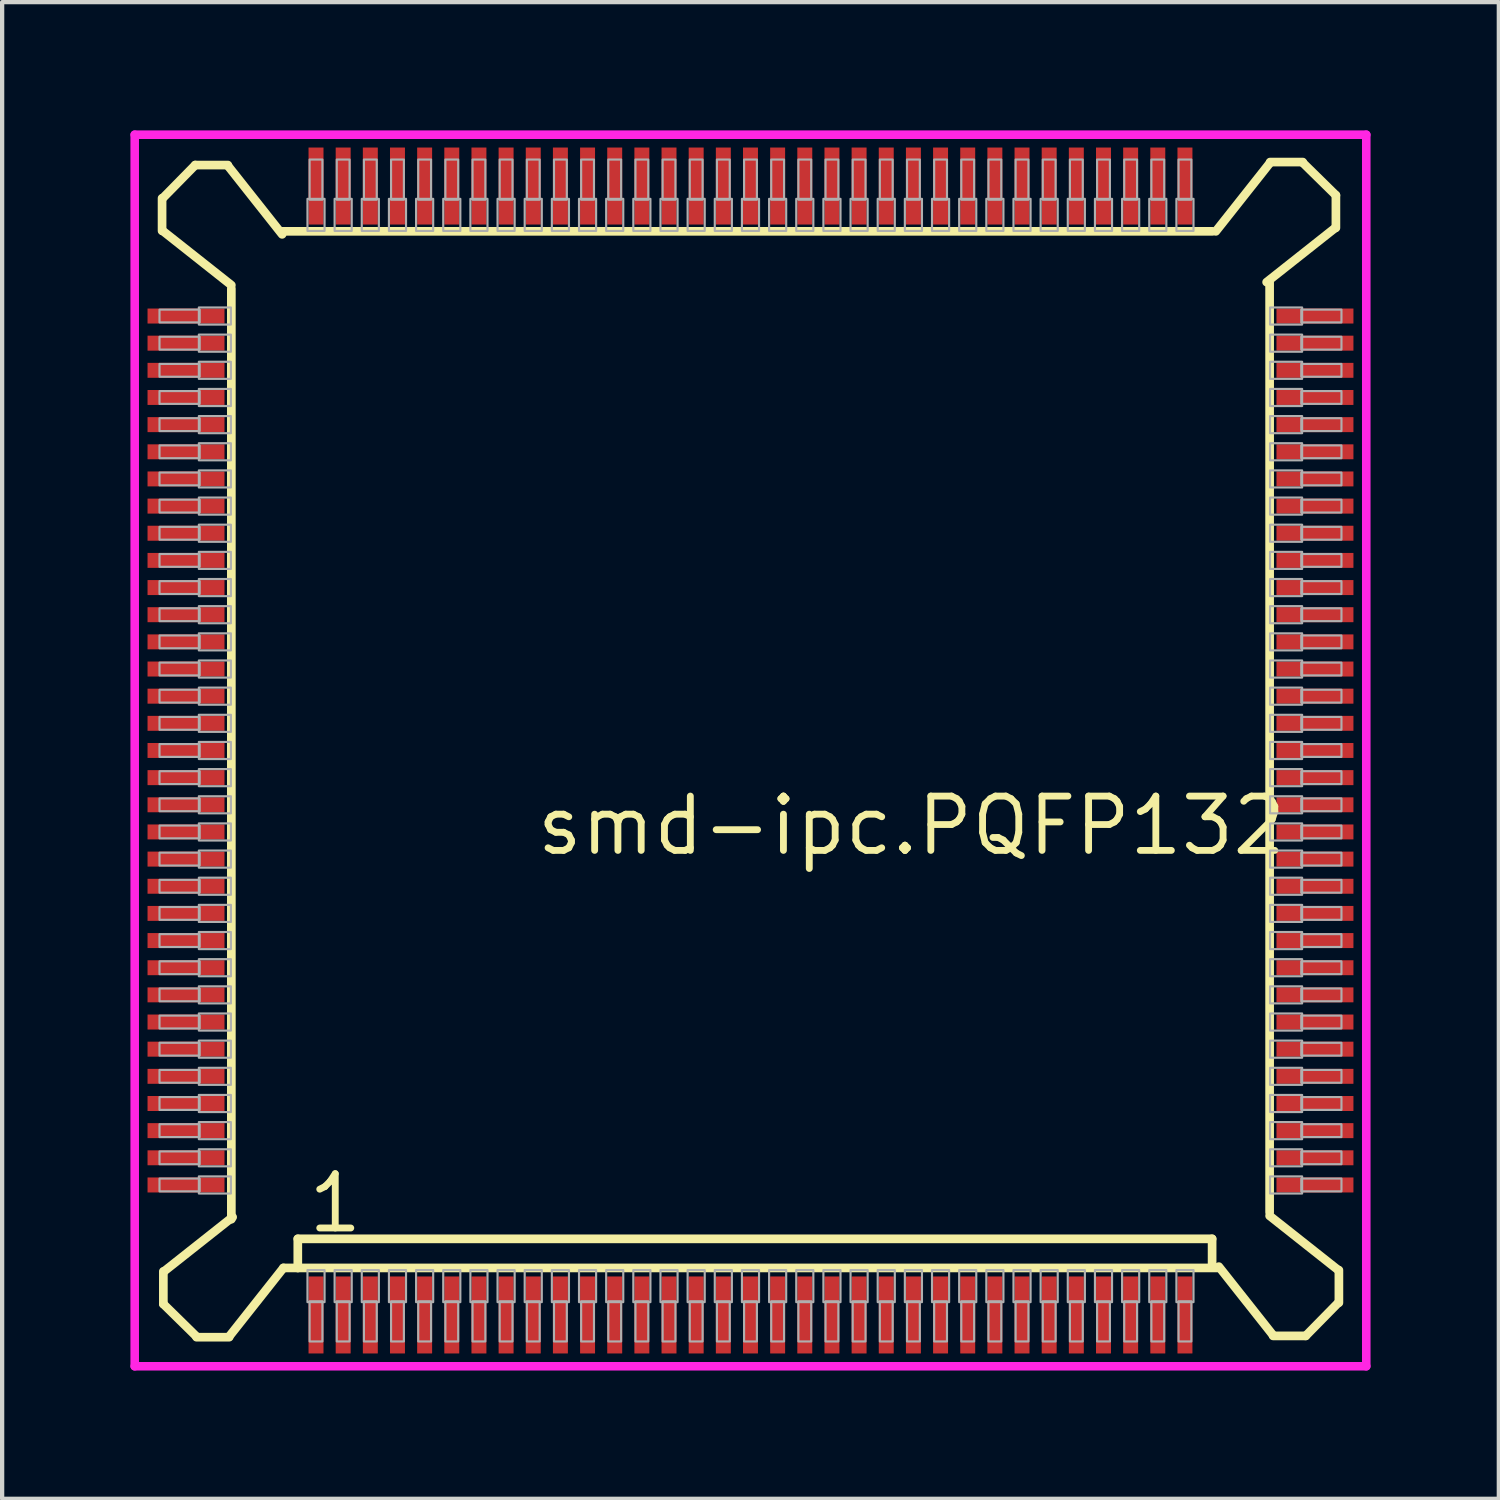
<source format=kicad_pcb>
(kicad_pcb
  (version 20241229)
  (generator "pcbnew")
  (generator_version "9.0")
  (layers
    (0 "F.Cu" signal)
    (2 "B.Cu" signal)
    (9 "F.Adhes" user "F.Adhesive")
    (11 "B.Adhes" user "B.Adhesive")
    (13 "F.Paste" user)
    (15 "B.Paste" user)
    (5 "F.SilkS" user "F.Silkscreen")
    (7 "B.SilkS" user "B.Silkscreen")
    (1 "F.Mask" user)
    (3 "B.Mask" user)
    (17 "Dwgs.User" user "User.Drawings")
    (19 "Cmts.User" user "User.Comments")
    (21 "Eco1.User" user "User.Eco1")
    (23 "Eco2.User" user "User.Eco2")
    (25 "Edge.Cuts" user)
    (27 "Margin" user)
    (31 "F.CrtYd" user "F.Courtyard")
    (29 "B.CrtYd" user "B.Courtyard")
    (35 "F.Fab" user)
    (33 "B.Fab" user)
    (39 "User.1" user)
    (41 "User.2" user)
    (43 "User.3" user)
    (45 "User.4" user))
  (footprint "smd-ipc.PQFP132"
    (layer "F.Cu")
    (at 14.5 14.5)
    (property "Reference" "smd-ipc.PQFP132" (at -5.08 2.5 0) (layer "F.SilkS") (effects (font (size 1.27 1.27) (thickness 0.16)) (justify left bottom)))
    (attr smd)
    (fp_line (start -13.76 -12.914) (end -13.76 -12.152) (stroke (width 0.203) (type default)) (layer "F.SilkS"))
    (fp_line (start -13.746 -12.152) (end -12.14 -10.882) (stroke (width 0.203) (type default)) (layer "F.SilkS"))
    (fp_line (start -13.73 12.182) (end -13.73 12.944) (stroke (width 0.203) (type default)) (layer "F.SilkS"))
    (fp_line (start -13.73 12.944) (end -12.954 13.706) (stroke (width 0.203) (type default)) (layer "F.SilkS"))
    (fp_line (start -12.984 -13.69) (end -13.746 -12.914) (stroke (width 0.203) (type default)) (layer "F.SilkS"))
    (fp_line (start -12.954 13.72) (end -12.192 13.72) (stroke (width 0.203) (type default)) (layer "F.SilkS"))
    (fp_line (start -12.222 -13.69) (end -12.984 -13.69) (stroke (width 0.203) (type default)) (layer "F.SilkS"))
    (fp_line (start -12.192 13.706) (end -10.922 12.1) (stroke (width 0.203) (type default)) (layer "F.SilkS"))
    (fp_line (start -12.14 -10.8) (end -12.14 10.962) (stroke (width 0.203) (type default)) (layer "F.SilkS"))
    (fp_line (start -12.11 10.912) (end -13.716 12.182) (stroke (width 0.203) (type default)) (layer "F.SilkS"))
    (fp_line (start -10.952 -12.07) (end -12.222 -13.676) (stroke (width 0.203) (type default)) (layer "F.SilkS"))
    (fp_line (start -10.922 12.1) (end -10.586 12.1) (stroke (width 0.203) (type default)) (layer "F.SilkS"))
    (fp_line (start -10.586 11.42) (end 10.795 11.42) (stroke (width 0.203) (type default)) (layer "F.SilkS"))
    (fp_line (start -10.586 12.1) (end -10.586 11.42) (stroke (width 0.203) (type default)) (layer "F.SilkS"))
    (fp_line (start -10.586 12.1) (end 10.922 12.1) (stroke (width 0.203) (type default)) (layer "F.SilkS"))
    (fp_line (start 10.795 11.42) (end 10.795 12.055) (stroke (width 0.203) (type default)) (layer "F.SilkS"))
    (fp_line (start 10.8 -12.14) (end -10.962 -12.14) (stroke (width 0.203) (type default)) (layer "F.SilkS"))
    (fp_line (start 10.952 12.07) (end 12.222 13.676) (stroke (width 0.203) (type default)) (layer "F.SilkS"))
    (fp_line (start 12.07 -10.952) (end 13.676 -12.222) (stroke (width 0.203) (type default)) (layer "F.SilkS"))
    (fp_line (start 12.14 10.8) (end 12.14 -10.962) (stroke (width 0.203) (type default)) (layer "F.SilkS"))
    (fp_line (start 12.152 -13.746) (end 10.882 -12.14) (stroke (width 0.203) (type default)) (layer "F.SilkS"))
    (fp_line (start 12.222 13.69) (end 12.984 13.69) (stroke (width 0.203) (type default)) (layer "F.SilkS"))
    (fp_line (start 12.914 -13.76) (end 12.152 -13.76) (stroke (width 0.203) (type default)) (layer "F.SilkS"))
    (fp_line (start 12.984 13.69) (end 13.746 12.914) (stroke (width 0.203) (type default)) (layer "F.SilkS"))
    (fp_line (start 13.69 -12.984) (end 12.914 -13.746) (stroke (width 0.203) (type default)) (layer "F.SilkS"))
    (fp_line (start 13.69 -12.222) (end 13.69 -12.984) (stroke (width 0.203) (type default)) (layer "F.SilkS"))
    (fp_line (start 13.746 12.152) (end 12.14 10.882) (stroke (width 0.203) (type default)) (layer "F.SilkS"))
    (fp_line (start 13.76 12.914) (end 13.76 12.152) (stroke (width 0.203) (type default)) (layer "F.SilkS"))
    (fp_line (start -14.4 -14.4) (end 14.4 -14.4) (stroke (width 0.2) (type default)) (layer "F.CrtYd"))
    (fp_line (start -14.4 14.4) (end -14.4 -14.4) (stroke (width 0.2) (type default)) (layer "F.CrtYd"))
    (fp_line (start 14.4 -14.4) (end 14.4 14.4) (stroke (width 0.2) (type default)) (layer "F.CrtYd"))
    (fp_line (start 14.4 14.4) (end -14.4 14.4) (stroke (width 0.2) (type default)) (layer "F.CrtYd"))
    (fp_rect (start -13.82 -10.01) (end -12.88 -10.31) (stroke (width 0.05) (type default)) (fill no) (layer "F.Fab"))
    (fp_rect (start -13.82 -9.375) (end -12.88 -9.675) (stroke (width 0.05) (type default)) (fill no) (layer "F.Fab"))
    (fp_rect (start -13.82 -8.74) (end -12.88 -9.04) (stroke (width 0.05) (type default)) (fill no) (layer "F.Fab"))
    (fp_rect (start -13.82 -8.105) (end -12.88 -8.405) (stroke (width 0.05) (type default)) (fill no) (layer "F.Fab"))
    (fp_rect (start -13.82 -7.47) (end -12.88 -7.77) (stroke (width 0.05) (type default)) (fill no) (layer "F.Fab"))
    (fp_rect (start -13.82 -6.835) (end -12.88 -7.135) (stroke (width 0.05) (type default)) (fill no) (layer "F.Fab"))
    (fp_rect (start -13.82 -6.2) (end -12.88 -6.5) (stroke (width 0.05) (type default)) (fill no) (layer "F.Fab"))
    (fp_rect (start -13.82 -5.565) (end -12.88 -5.865) (stroke (width 0.05) (type default)) (fill no) (layer "F.Fab"))
    (fp_rect (start -13.82 -4.93) (end -12.88 -5.23) (stroke (width 0.05) (type default)) (fill no) (layer "F.Fab"))
    (fp_rect (start -13.82 -4.295) (end -12.88 -4.595) (stroke (width 0.05) (type default)) (fill no) (layer "F.Fab"))
    (fp_rect (start -13.82 -3.66) (end -12.88 -3.96) (stroke (width 0.05) (type default)) (fill no) (layer "F.Fab"))
    (fp_rect (start -13.82 -3.025) (end -12.88 -3.325) (stroke (width 0.05) (type default)) (fill no) (layer "F.Fab"))
    (fp_rect (start -13.82 -2.39) (end -12.88 -2.69) (stroke (width 0.05) (type default)) (fill no) (layer "F.Fab"))
    (fp_rect (start -13.82 -1.755) (end -12.88 -2.055) (stroke (width 0.05) (type default)) (fill no) (layer "F.Fab"))
    (fp_rect (start -13.82 -1.12) (end -12.88 -1.42) (stroke (width 0.05) (type default)) (fill no) (layer "F.Fab"))
    (fp_rect (start -13.82 -0.485) (end -12.88 -0.785) (stroke (width 0.05) (type default)) (fill no) (layer "F.Fab"))
    (fp_rect (start -13.82 0.15) (end -12.88 -0.15) (stroke (width 0.05) (type default)) (fill no) (layer "F.Fab"))
    (fp_rect (start -13.82 0.785) (end -12.88 0.485) (stroke (width 0.05) (type default)) (fill no) (layer "F.Fab"))
    (fp_rect (start -13.82 1.42) (end -12.88 1.12) (stroke (width 0.05) (type default)) (fill no) (layer "F.Fab"))
    (fp_rect (start -13.82 2.055) (end -12.88 1.755) (stroke (width 0.05) (type default)) (fill no) (layer "F.Fab"))
    (fp_rect (start -13.82 2.69) (end -12.88 2.39) (stroke (width 0.05) (type default)) (fill no) (layer "F.Fab"))
    (fp_rect (start -13.82 3.325) (end -12.88 3.025) (stroke (width 0.05) (type default)) (fill no) (layer "F.Fab"))
    (fp_rect (start -13.82 3.96) (end -12.88 3.66) (stroke (width 0.05) (type default)) (fill no) (layer "F.Fab"))
    (fp_rect (start -13.82 4.595) (end -12.88 4.295) (stroke (width 0.05) (type default)) (fill no) (layer "F.Fab"))
    (fp_rect (start -13.82 5.23) (end -12.88 4.93) (stroke (width 0.05) (type default)) (fill no) (layer "F.Fab"))
    (fp_rect (start -13.82 5.865) (end -12.88 5.565) (stroke (width 0.05) (type default)) (fill no) (layer "F.Fab"))
    (fp_rect (start -13.82 6.5) (end -12.88 6.2) (stroke (width 0.05) (type default)) (fill no) (layer "F.Fab"))
    (fp_rect (start -13.82 7.135) (end -12.88 6.835) (stroke (width 0.05) (type default)) (fill no) (layer "F.Fab"))
    (fp_rect (start -13.82 7.77) (end -12.88 7.47) (stroke (width 0.05) (type default)) (fill no) (layer "F.Fab"))
    (fp_rect (start -13.82 8.405) (end -12.88 8.105) (stroke (width 0.05) (type default)) (fill no) (layer "F.Fab"))
    (fp_rect (start -13.82 9.04) (end -12.88 8.74) (stroke (width 0.05) (type default)) (fill no) (layer "F.Fab"))
    (fp_rect (start -13.82 9.675) (end -12.88 9.375) (stroke (width 0.05) (type default)) (fill no) (layer "F.Fab"))
    (fp_rect (start -13.82 10.31) (end -12.88 10.01) (stroke (width 0.05) (type default)) (fill no) (layer "F.Fab"))
    (fp_rect (start -12.9 -9.96) (end -12.15 -10.36) (stroke (width 0.05) (type default)) (fill no) (layer "F.Fab"))
    (fp_rect (start -12.9 -9.325) (end -12.15 -9.725) (stroke (width 0.05) (type default)) (fill no) (layer "F.Fab"))
    (fp_rect (start -12.9 -8.69) (end -12.15 -9.09) (stroke (width 0.05) (type default)) (fill no) (layer "F.Fab"))
    (fp_rect (start -12.9 -8.055) (end -12.15 -8.455) (stroke (width 0.05) (type default)) (fill no) (layer "F.Fab"))
    (fp_rect (start -12.9 -7.42) (end -12.15 -7.82) (stroke (width 0.05) (type default)) (fill no) (layer "F.Fab"))
    (fp_rect (start -12.9 -6.785) (end -12.15 -7.185) (stroke (width 0.05) (type default)) (fill no) (layer "F.Fab"))
    (fp_rect (start -12.9 -6.15) (end -12.15 -6.55) (stroke (width 0.05) (type default)) (fill no) (layer "F.Fab"))
    (fp_rect (start -12.9 -5.515) (end -12.15 -5.915) (stroke (width 0.05) (type default)) (fill no) (layer "F.Fab"))
    (fp_rect (start -12.9 -4.88) (end -12.15 -5.28) (stroke (width 0.05) (type default)) (fill no) (layer "F.Fab"))
    (fp_rect (start -12.9 -4.245) (end -12.15 -4.645) (stroke (width 0.05) (type default)) (fill no) (layer "F.Fab"))
    (fp_rect (start -12.9 -3.61) (end -12.15 -4.01) (stroke (width 0.05) (type default)) (fill no) (layer "F.Fab"))
    (fp_rect (start -12.9 -2.975) (end -12.15 -3.375) (stroke (width 0.05) (type default)) (fill no) (layer "F.Fab"))
    (fp_rect (start -12.9 -2.34) (end -12.15 -2.74) (stroke (width 0.05) (type default)) (fill no) (layer "F.Fab"))
    (fp_rect (start -12.9 -1.705) (end -12.15 -2.105) (stroke (width 0.05) (type default)) (fill no) (layer "F.Fab"))
    (fp_rect (start -12.9 -1.07) (end -12.15 -1.47) (stroke (width 0.05) (type default)) (fill no) (layer "F.Fab"))
    (fp_rect (start -12.9 -0.435) (end -12.15 -0.835) (stroke (width 0.05) (type default)) (fill no) (layer "F.Fab"))
    (fp_rect (start -12.9 0.2) (end -12.15 -0.2) (stroke (width 0.05) (type default)) (fill no) (layer "F.Fab"))
    (fp_rect (start -12.9 0.835) (end -12.15 0.435) (stroke (width 0.05) (type default)) (fill no) (layer "F.Fab"))
    (fp_rect (start -12.9 1.47) (end -12.15 1.07) (stroke (width 0.05) (type default)) (fill no) (layer "F.Fab"))
    (fp_rect (start -12.9 2.105) (end -12.15 1.705) (stroke (width 0.05) (type default)) (fill no) (layer "F.Fab"))
    (fp_rect (start -12.9 2.74) (end -12.15 2.34) (stroke (width 0.05) (type default)) (fill no) (layer "F.Fab"))
    (fp_rect (start -12.9 3.375) (end -12.15 2.975) (stroke (width 0.05) (type default)) (fill no) (layer "F.Fab"))
    (fp_rect (start -12.9 4.01) (end -12.15 3.61) (stroke (width 0.05) (type default)) (fill no) (layer "F.Fab"))
    (fp_rect (start -12.9 4.645) (end -12.15 4.245) (stroke (width 0.05) (type default)) (fill no) (layer "F.Fab"))
    (fp_rect (start -12.9 5.28) (end -12.15 4.88) (stroke (width 0.05) (type default)) (fill no) (layer "F.Fab"))
    (fp_rect (start -12.9 5.915) (end -12.15 5.515) (stroke (width 0.05) (type default)) (fill no) (layer "F.Fab"))
    (fp_rect (start -12.9 6.55) (end -12.15 6.15) (stroke (width 0.05) (type default)) (fill no) (layer "F.Fab"))
    (fp_rect (start -12.9 7.185) (end -12.15 6.785) (stroke (width 0.05) (type default)) (fill no) (layer "F.Fab"))
    (fp_rect (start -12.9 7.82) (end -12.15 7.42) (stroke (width 0.05) (type default)) (fill no) (layer "F.Fab"))
    (fp_rect (start -12.9 8.455) (end -12.15 8.055) (stroke (width 0.05) (type default)) (fill no) (layer "F.Fab"))
    (fp_rect (start -12.9 9.09) (end -12.15 8.69) (stroke (width 0.05) (type default)) (fill no) (layer "F.Fab"))
    (fp_rect (start -12.9 9.725) (end -12.15 9.325) (stroke (width 0.05) (type default)) (fill no) (layer "F.Fab"))
    (fp_rect (start -12.9 10.36) (end -12.15 9.96) (stroke (width 0.05) (type default)) (fill no) (layer "F.Fab"))
    (fp_rect (start -10.36 -12.15) (end -9.96 -12.9) (stroke (width 0.05) (type default)) (fill no) (layer "F.Fab"))
    (fp_rect (start -10.36 12.9) (end -9.96 12.15) (stroke (width 0.05) (type default)) (fill no) (layer "F.Fab"))
    (fp_rect (start -10.31 -12.88) (end -10.01 -13.82) (stroke (width 0.05) (type default)) (fill no) (layer "F.Fab"))
    (fp_rect (start -10.31 13.82) (end -10.01 12.88) (stroke (width 0.05) (type default)) (fill no) (layer "F.Fab"))
    (fp_rect (start -9.725 -12.15) (end -9.325 -12.9) (stroke (width 0.05) (type default)) (fill no) (layer "F.Fab"))
    (fp_rect (start -9.725 12.9) (end -9.325 12.15) (stroke (width 0.05) (type default)) (fill no) (layer "F.Fab"))
    (fp_rect (start -9.675 -12.88) (end -9.375 -13.82) (stroke (width 0.05) (type default)) (fill no) (layer "F.Fab"))
    (fp_rect (start -9.675 13.82) (end -9.375 12.88) (stroke (width 0.05) (type default)) (fill no) (layer "F.Fab"))
    (fp_rect (start -9.09 -12.15) (end -8.69 -12.9) (stroke (width 0.05) (type default)) (fill no) (layer "F.Fab"))
    (fp_rect (start -9.09 12.9) (end -8.69 12.15) (stroke (width 0.05) (type default)) (fill no) (layer "F.Fab"))
    (fp_rect (start -9.04 -12.88) (end -8.74 -13.82) (stroke (width 0.05) (type default)) (fill no) (layer "F.Fab"))
    (fp_rect (start -9.04 13.82) (end -8.74 12.88) (stroke (width 0.05) (type default)) (fill no) (layer "F.Fab"))
    (fp_rect (start -8.455 -12.15) (end -8.055 -12.9) (stroke (width 0.05) (type default)) (fill no) (layer "F.Fab"))
    (fp_rect (start -8.455 12.9) (end -8.055 12.15) (stroke (width 0.05) (type default)) (fill no) (layer "F.Fab"))
    (fp_rect (start -8.405 -12.88) (end -8.105 -13.82) (stroke (width 0.05) (type default)) (fill no) (layer "F.Fab"))
    (fp_rect (start -8.405 13.82) (end -8.105 12.88) (stroke (width 0.05) (type default)) (fill no) (layer "F.Fab"))
    (fp_rect (start -7.82 -12.15) (end -7.42 -12.9) (stroke (width 0.05) (type default)) (fill no) (layer "F.Fab"))
    (fp_rect (start -7.82 12.9) (end -7.42 12.15) (stroke (width 0.05) (type default)) (fill no) (layer "F.Fab"))
    (fp_rect (start -7.77 -12.88) (end -7.47 -13.82) (stroke (width 0.05) (type default)) (fill no) (layer "F.Fab"))
    (fp_rect (start -7.77 13.82) (end -7.47 12.88) (stroke (width 0.05) (type default)) (fill no) (layer "F.Fab"))
    (fp_rect (start -7.185 -12.15) (end -6.785 -12.9) (stroke (width 0.05) (type default)) (fill no) (layer "F.Fab"))
    (fp_rect (start -7.185 12.9) (end -6.785 12.15) (stroke (width 0.05) (type default)) (fill no) (layer "F.Fab"))
    (fp_rect (start -7.135 -12.88) (end -6.835 -13.82) (stroke (width 0.05) (type default)) (fill no) (layer "F.Fab"))
    (fp_rect (start -7.135 13.82) (end -6.835 12.88) (stroke (width 0.05) (type default)) (fill no) (layer "F.Fab"))
    (fp_rect (start -6.55 -12.15) (end -6.15 -12.9) (stroke (width 0.05) (type default)) (fill no) (layer "F.Fab"))
    (fp_rect (start -6.55 12.9) (end -6.15 12.15) (stroke (width 0.05) (type default)) (fill no) (layer "F.Fab"))
    (fp_rect (start -6.5 -12.88) (end -6.2 -13.82) (stroke (width 0.05) (type default)) (fill no) (layer "F.Fab"))
    (fp_rect (start -6.5 13.82) (end -6.2 12.88) (stroke (width 0.05) (type default)) (fill no) (layer "F.Fab"))
    (fp_rect (start -5.915 -12.15) (end -5.515 -12.9) (stroke (width 0.05) (type default)) (fill no) (layer "F.Fab"))
    (fp_rect (start -5.915 12.9) (end -5.515 12.15) (stroke (width 0.05) (type default)) (fill no) (layer "F.Fab"))
    (fp_rect (start -5.865 -12.88) (end -5.565 -13.82) (stroke (width 0.05) (type default)) (fill no) (layer "F.Fab"))
    (fp_rect (start -5.865 13.82) (end -5.565 12.88) (stroke (width 0.05) (type default)) (fill no) (layer "F.Fab"))
    (fp_rect (start -5.28 -12.15) (end -4.88 -12.9) (stroke (width 0.05) (type default)) (fill no) (layer "F.Fab"))
    (fp_rect (start -5.28 12.9) (end -4.88 12.15) (stroke (width 0.05) (type default)) (fill no) (layer "F.Fab"))
    (fp_rect (start -5.23 -12.88) (end -4.93 -13.82) (stroke (width 0.05) (type default)) (fill no) (layer "F.Fab"))
    (fp_rect (start -5.23 13.82) (end -4.93 12.88) (stroke (width 0.05) (type default)) (fill no) (layer "F.Fab"))
    (fp_rect (start -4.645 -12.15) (end -4.245 -12.9) (stroke (width 0.05) (type default)) (fill no) (layer "F.Fab"))
    (fp_rect (start -4.645 12.9) (end -4.245 12.15) (stroke (width 0.05) (type default)) (fill no) (layer "F.Fab"))
    (fp_rect (start -4.595 -12.88) (end -4.295 -13.82) (stroke (width 0.05) (type default)) (fill no) (layer "F.Fab"))
    (fp_rect (start -4.595 13.82) (end -4.295 12.88) (stroke (width 0.05) (type default)) (fill no) (layer "F.Fab"))
    (fp_rect (start -4.01 -12.15) (end -3.61 -12.9) (stroke (width 0.05) (type default)) (fill no) (layer "F.Fab"))
    (fp_rect (start -4.01 12.9) (end -3.61 12.15) (stroke (width 0.05) (type default)) (fill no) (layer "F.Fab"))
    (fp_rect (start -3.96 -12.88) (end -3.66 -13.82) (stroke (width 0.05) (type default)) (fill no) (layer "F.Fab"))
    (fp_rect (start -3.96 13.82) (end -3.66 12.88) (stroke (width 0.05) (type default)) (fill no) (layer "F.Fab"))
    (fp_rect (start -3.375 -12.15) (end -2.975 -12.9) (stroke (width 0.05) (type default)) (fill no) (layer "F.Fab"))
    (fp_rect (start -3.375 12.9) (end -2.975 12.15) (stroke (width 0.05) (type default)) (fill no) (layer "F.Fab"))
    (fp_rect (start -3.325 -12.88) (end -3.025 -13.82) (stroke (width 0.05) (type default)) (fill no) (layer "F.Fab"))
    (fp_rect (start -3.325 13.82) (end -3.025 12.88) (stroke (width 0.05) (type default)) (fill no) (layer "F.Fab"))
    (fp_rect (start -2.74 -12.15) (end -2.34 -12.9) (stroke (width 0.05) (type default)) (fill no) (layer "F.Fab"))
    (fp_rect (start -2.74 12.9) (end -2.34 12.15) (stroke (width 0.05) (type default)) (fill no) (layer "F.Fab"))
    (fp_rect (start -2.69 -12.88) (end -2.39 -13.82) (stroke (width 0.05) (type default)) (fill no) (layer "F.Fab"))
    (fp_rect (start -2.69 13.82) (end -2.39 12.88) (stroke (width 0.05) (type default)) (fill no) (layer "F.Fab"))
    (fp_rect (start -2.105 -12.15) (end -1.705 -12.9) (stroke (width 0.05) (type default)) (fill no) (layer "F.Fab"))
    (fp_rect (start -2.105 12.9) (end -1.705 12.15) (stroke (width 0.05) (type default)) (fill no) (layer "F.Fab"))
    (fp_rect (start -2.055 -12.88) (end -1.755 -13.82) (stroke (width 0.05) (type default)) (fill no) (layer "F.Fab"))
    (fp_rect (start -2.055 13.82) (end -1.755 12.88) (stroke (width 0.05) (type default)) (fill no) (layer "F.Fab"))
    (fp_rect (start -1.47 -12.15) (end -1.07 -12.9) (stroke (width 0.05) (type default)) (fill no) (layer "F.Fab"))
    (fp_rect (start -1.47 12.9) (end -1.07 12.15) (stroke (width 0.05) (type default)) (fill no) (layer "F.Fab"))
    (fp_rect (start -1.42 -12.88) (end -1.12 -13.82) (stroke (width 0.05) (type default)) (fill no) (layer "F.Fab"))
    (fp_rect (start -1.42 13.82) (end -1.12 12.88) (stroke (width 0.05) (type default)) (fill no) (layer "F.Fab"))
    (fp_rect (start -0.835 -12.15) (end -0.435 -12.9) (stroke (width 0.05) (type default)) (fill no) (layer "F.Fab"))
    (fp_rect (start -0.835 12.9) (end -0.435 12.15) (stroke (width 0.05) (type default)) (fill no) (layer "F.Fab"))
    (fp_rect (start -0.785 -12.88) (end -0.485 -13.82) (stroke (width 0.05) (type default)) (fill no) (layer "F.Fab"))
    (fp_rect (start -0.785 13.82) (end -0.485 12.88) (stroke (width 0.05) (type default)) (fill no) (layer "F.Fab"))
    (fp_rect (start -0.2 -12.15) (end 0.2 -12.9) (stroke (width 0.05) (type default)) (fill no) (layer "F.Fab"))
    (fp_rect (start -0.2 12.9) (end 0.2 12.15) (stroke (width 0.05) (type default)) (fill no) (layer "F.Fab"))
    (fp_rect (start -0.15 -12.88) (end 0.15 -13.82) (stroke (width 0.05) (type default)) (fill no) (layer "F.Fab"))
    (fp_rect (start -0.15 13.82) (end 0.15 12.88) (stroke (width 0.05) (type default)) (fill no) (layer "F.Fab"))
    (fp_rect (start 0.435 -12.15) (end 0.835 -12.9) (stroke (width 0.05) (type default)) (fill no) (layer "F.Fab"))
    (fp_rect (start 0.435 12.9) (end 0.835 12.15) (stroke (width 0.05) (type default)) (fill no) (layer "F.Fab"))
    (fp_rect (start 0.485 -12.88) (end 0.785 -13.82) (stroke (width 0.05) (type default)) (fill no) (layer "F.Fab"))
    (fp_rect (start 0.485 13.82) (end 0.785 12.88) (stroke (width 0.05) (type default)) (fill no) (layer "F.Fab"))
    (fp_rect (start 1.07 -12.15) (end 1.47 -12.9) (stroke (width 0.05) (type default)) (fill no) (layer "F.Fab"))
    (fp_rect (start 1.07 12.9) (end 1.47 12.15) (stroke (width 0.05) (type default)) (fill no) (layer "F.Fab"))
    (fp_rect (start 1.12 -12.88) (end 1.42 -13.82) (stroke (width 0.05) (type default)) (fill no) (layer "F.Fab"))
    (fp_rect (start 1.12 13.82) (end 1.42 12.88) (stroke (width 0.05) (type default)) (fill no) (layer "F.Fab"))
    (fp_rect (start 1.705 -12.15) (end 2.105 -12.9) (stroke (width 0.05) (type default)) (fill no) (layer "F.Fab"))
    (fp_rect (start 1.705 12.9) (end 2.105 12.15) (stroke (width 0.05) (type default)) (fill no) (layer "F.Fab"))
    (fp_rect (start 1.755 -12.88) (end 2.055 -13.82) (stroke (width 0.05) (type default)) (fill no) (layer "F.Fab"))
    (fp_rect (start 1.755 13.82) (end 2.055 12.88) (stroke (width 0.05) (type default)) (fill no) (layer "F.Fab"))
    (fp_rect (start 2.34 -12.15) (end 2.74 -12.9) (stroke (width 0.05) (type default)) (fill no) (layer "F.Fab"))
    (fp_rect (start 2.34 12.9) (end 2.74 12.15) (stroke (width 0.05) (type default)) (fill no) (layer "F.Fab"))
    (fp_rect (start 2.39 -12.88) (end 2.69 -13.82) (stroke (width 0.05) (type default)) (fill no) (layer "F.Fab"))
    (fp_rect (start 2.39 13.82) (end 2.69 12.88) (stroke (width 0.05) (type default)) (fill no) (layer "F.Fab"))
    (fp_rect (start 2.975 -12.15) (end 3.375 -12.9) (stroke (width 0.05) (type default)) (fill no) (layer "F.Fab"))
    (fp_rect (start 2.975 12.9) (end 3.375 12.15) (stroke (width 0.05) (type default)) (fill no) (layer "F.Fab"))
    (fp_rect (start 3.025 -12.88) (end 3.325 -13.82) (stroke (width 0.05) (type default)) (fill no) (layer "F.Fab"))
    (fp_rect (start 3.025 13.82) (end 3.325 12.88) (stroke (width 0.05) (type default)) (fill no) (layer "F.Fab"))
    (fp_rect (start 3.61 -12.15) (end 4.01 -12.9) (stroke (width 0.05) (type default)) (fill no) (layer "F.Fab"))
    (fp_rect (start 3.61 12.9) (end 4.01 12.15) (stroke (width 0.05) (type default)) (fill no) (layer "F.Fab"))
    (fp_rect (start 3.66 -12.88) (end 3.96 -13.82) (stroke (width 0.05) (type default)) (fill no) (layer "F.Fab"))
    (fp_rect (start 3.66 13.82) (end 3.96 12.88) (stroke (width 0.05) (type default)) (fill no) (layer "F.Fab"))
    (fp_rect (start 4.245 -12.15) (end 4.645 -12.9) (stroke (width 0.05) (type default)) (fill no) (layer "F.Fab"))
    (fp_rect (start 4.245 12.9) (end 4.645 12.15) (stroke (width 0.05) (type default)) (fill no) (layer "F.Fab"))
    (fp_rect (start 4.295 -12.88) (end 4.595 -13.82) (stroke (width 0.05) (type default)) (fill no) (layer "F.Fab"))
    (fp_rect (start 4.295 13.82) (end 4.595 12.88) (stroke (width 0.05) (type default)) (fill no) (layer "F.Fab"))
    (fp_rect (start 4.88 -12.15) (end 5.28 -12.9) (stroke (width 0.05) (type default)) (fill no) (layer "F.Fab"))
    (fp_rect (start 4.88 12.9) (end 5.28 12.15) (stroke (width 0.05) (type default)) (fill no) (layer "F.Fab"))
    (fp_rect (start 4.93 -12.88) (end 5.23 -13.82) (stroke (width 0.05) (type default)) (fill no) (layer "F.Fab"))
    (fp_rect (start 4.93 13.82) (end 5.23 12.88) (stroke (width 0.05) (type default)) (fill no) (layer "F.Fab"))
    (fp_rect (start 5.515 -12.15) (end 5.915 -12.9) (stroke (width 0.05) (type default)) (fill no) (layer "F.Fab"))
    (fp_rect (start 5.515 12.9) (end 5.915 12.15) (stroke (width 0.05) (type default)) (fill no) (layer "F.Fab"))
    (fp_rect (start 5.565 -12.88) (end 5.865 -13.82) (stroke (width 0.05) (type default)) (fill no) (layer "F.Fab"))
    (fp_rect (start 5.565 13.82) (end 5.865 12.88) (stroke (width 0.05) (type default)) (fill no) (layer "F.Fab"))
    (fp_rect (start 6.15 -12.15) (end 6.55 -12.9) (stroke (width 0.05) (type default)) (fill no) (layer "F.Fab"))
    (fp_rect (start 6.15 12.9) (end 6.55 12.15) (stroke (width 0.05) (type default)) (fill no) (layer "F.Fab"))
    (fp_rect (start 6.2 -12.88) (end 6.5 -13.82) (stroke (width 0.05) (type default)) (fill no) (layer "F.Fab"))
    (fp_rect (start 6.2 13.82) (end 6.5 12.88) (stroke (width 0.05) (type default)) (fill no) (layer "F.Fab"))
    (fp_rect (start 6.785 -12.15) (end 7.185 -12.9) (stroke (width 0.05) (type default)) (fill no) (layer "F.Fab"))
    (fp_rect (start 6.785 12.9) (end 7.185 12.15) (stroke (width 0.05) (type default)) (fill no) (layer "F.Fab"))
    (fp_rect (start 6.835 -12.88) (end 7.135 -13.82) (stroke (width 0.05) (type default)) (fill no) (layer "F.Fab"))
    (fp_rect (start 6.835 13.82) (end 7.135 12.88) (stroke (width 0.05) (type default)) (fill no) (layer "F.Fab"))
    (fp_rect (start 7.42 -12.15) (end 7.82 -12.9) (stroke (width 0.05) (type default)) (fill no) (layer "F.Fab"))
    (fp_rect (start 7.42 12.9) (end 7.82 12.15) (stroke (width 0.05) (type default)) (fill no) (layer "F.Fab"))
    (fp_rect (start 7.47 -12.88) (end 7.77 -13.82) (stroke (width 0.05) (type default)) (fill no) (layer "F.Fab"))
    (fp_rect (start 7.47 13.82) (end 7.77 12.88) (stroke (width 0.05) (type default)) (fill no) (layer "F.Fab"))
    (fp_rect (start 8.055 -12.15) (end 8.455 -12.9) (stroke (width 0.05) (type default)) (fill no) (layer "F.Fab"))
    (fp_rect (start 8.055 12.9) (end 8.455 12.15) (stroke (width 0.05) (type default)) (fill no) (layer "F.Fab"))
    (fp_rect (start 8.105 -12.88) (end 8.405 -13.82) (stroke (width 0.05) (type default)) (fill no) (layer "F.Fab"))
    (fp_rect (start 8.105 13.82) (end 8.405 12.88) (stroke (width 0.05) (type default)) (fill no) (layer "F.Fab"))
    (fp_rect (start 8.69 -12.15) (end 9.09 -12.9) (stroke (width 0.05) (type default)) (fill no) (layer "F.Fab"))
    (fp_rect (start 8.69 12.9) (end 9.09 12.15) (stroke (width 0.05) (type default)) (fill no) (layer "F.Fab"))
    (fp_rect (start 8.74 -12.88) (end 9.04 -13.82) (stroke (width 0.05) (type default)) (fill no) (layer "F.Fab"))
    (fp_rect (start 8.74 13.82) (end 9.04 12.88) (stroke (width 0.05) (type default)) (fill no) (layer "F.Fab"))
    (fp_rect (start 9.325 -12.15) (end 9.725 -12.9) (stroke (width 0.05) (type default)) (fill no) (layer "F.Fab"))
    (fp_rect (start 9.325 12.9) (end 9.725 12.15) (stroke (width 0.05) (type default)) (fill no) (layer "F.Fab"))
    (fp_rect (start 9.375 -12.88) (end 9.675 -13.82) (stroke (width 0.05) (type default)) (fill no) (layer "F.Fab"))
    (fp_rect (start 9.375 13.82) (end 9.675 12.88) (stroke (width 0.05) (type default)) (fill no) (layer "F.Fab"))
    (fp_rect (start 9.96 -12.15) (end 10.36 -12.9) (stroke (width 0.05) (type default)) (fill no) (layer "F.Fab"))
    (fp_rect (start 9.96 12.9) (end 10.36 12.15) (stroke (width 0.05) (type default)) (fill no) (layer "F.Fab"))
    (fp_rect (start 10.01 -12.88) (end 10.31 -13.82) (stroke (width 0.05) (type default)) (fill no) (layer "F.Fab"))
    (fp_rect (start 10.01 13.82) (end 10.31 12.88) (stroke (width 0.05) (type default)) (fill no) (layer "F.Fab"))
    (fp_rect (start 12.15 -9.96) (end 12.9 -10.36) (stroke (width 0.05) (type default)) (fill no) (layer "F.Fab"))
    (fp_rect (start 12.15 -9.325) (end 12.9 -9.725) (stroke (width 0.05) (type default)) (fill no) (layer "F.Fab"))
    (fp_rect (start 12.15 -8.69) (end 12.9 -9.09) (stroke (width 0.05) (type default)) (fill no) (layer "F.Fab"))
    (fp_rect (start 12.15 -8.055) (end 12.9 -8.455) (stroke (width 0.05) (type default)) (fill no) (layer "F.Fab"))
    (fp_rect (start 12.15 -7.42) (end 12.9 -7.82) (stroke (width 0.05) (type default)) (fill no) (layer "F.Fab"))
    (fp_rect (start 12.15 -6.785) (end 12.9 -7.185) (stroke (width 0.05) (type default)) (fill no) (layer "F.Fab"))
    (fp_rect (start 12.15 -6.15) (end 12.9 -6.55) (stroke (width 0.05) (type default)) (fill no) (layer "F.Fab"))
    (fp_rect (start 12.15 -5.515) (end 12.9 -5.915) (stroke (width 0.05) (type default)) (fill no) (layer "F.Fab"))
    (fp_rect (start 12.15 -4.88) (end 12.9 -5.28) (stroke (width 0.05) (type default)) (fill no) (layer "F.Fab"))
    (fp_rect (start 12.15 -4.245) (end 12.9 -4.645) (stroke (width 0.05) (type default)) (fill no) (layer "F.Fab"))
    (fp_rect (start 12.15 -3.61) (end 12.9 -4.01) (stroke (width 0.05) (type default)) (fill no) (layer "F.Fab"))
    (fp_rect (start 12.15 -2.975) (end 12.9 -3.375) (stroke (width 0.05) (type default)) (fill no) (layer "F.Fab"))
    (fp_rect (start 12.15 -2.34) (end 12.9 -2.74) (stroke (width 0.05) (type default)) (fill no) (layer "F.Fab"))
    (fp_rect (start 12.15 -1.705) (end 12.9 -2.105) (stroke (width 0.05) (type default)) (fill no) (layer "F.Fab"))
    (fp_rect (start 12.15 -1.07) (end 12.9 -1.47) (stroke (width 0.05) (type default)) (fill no) (layer "F.Fab"))
    (fp_rect (start 12.15 -0.435) (end 12.9 -0.835) (stroke (width 0.05) (type default)) (fill no) (layer "F.Fab"))
    (fp_rect (start 12.15 0.2) (end 12.9 -0.2) (stroke (width 0.05) (type default)) (fill no) (layer "F.Fab"))
    (fp_rect (start 12.15 0.835) (end 12.9 0.435) (stroke (width 0.05) (type default)) (fill no) (layer "F.Fab"))
    (fp_rect (start 12.15 1.47) (end 12.9 1.07) (stroke (width 0.05) (type default)) (fill no) (layer "F.Fab"))
    (fp_rect (start 12.15 2.105) (end 12.9 1.705) (stroke (width 0.05) (type default)) (fill no) (layer "F.Fab"))
    (fp_rect (start 12.15 2.74) (end 12.9 2.34) (stroke (width 0.05) (type default)) (fill no) (layer "F.Fab"))
    (fp_rect (start 12.15 3.375) (end 12.9 2.975) (stroke (width 0.05) (type default)) (fill no) (layer "F.Fab"))
    (fp_rect (start 12.15 4.01) (end 12.9 3.61) (stroke (width 0.05) (type default)) (fill no) (layer "F.Fab"))
    (fp_rect (start 12.15 4.645) (end 12.9 4.245) (stroke (width 0.05) (type default)) (fill no) (layer "F.Fab"))
    (fp_rect (start 12.15 5.28) (end 12.9 4.88) (stroke (width 0.05) (type default)) (fill no) (layer "F.Fab"))
    (fp_rect (start 12.15 5.915) (end 12.9 5.515) (stroke (width 0.05) (type default)) (fill no) (layer "F.Fab"))
    (fp_rect (start 12.15 6.55) (end 12.9 6.15) (stroke (width 0.05) (type default)) (fill no) (layer "F.Fab"))
    (fp_rect (start 12.15 7.185) (end 12.9 6.785) (stroke (width 0.05) (type default)) (fill no) (layer "F.Fab"))
    (fp_rect (start 12.15 7.82) (end 12.9 7.42) (stroke (width 0.05) (type default)) (fill no) (layer "F.Fab"))
    (fp_rect (start 12.15 8.455) (end 12.9 8.055) (stroke (width 0.05) (type default)) (fill no) (layer "F.Fab"))
    (fp_rect (start 12.15 9.09) (end 12.9 8.69) (stroke (width 0.05) (type default)) (fill no) (layer "F.Fab"))
    (fp_rect (start 12.15 9.725) (end 12.9 9.325) (stroke (width 0.05) (type default)) (fill no) (layer "F.Fab"))
    (fp_rect (start 12.15 10.36) (end 12.9 9.96) (stroke (width 0.05) (type default)) (fill no) (layer "F.Fab"))
    (fp_rect (start 12.88 -10.01) (end 13.82 -10.31) (stroke (width 0.05) (type default)) (fill no) (layer "F.Fab"))
    (fp_rect (start 12.88 -9.375) (end 13.82 -9.675) (stroke (width 0.05) (type default)) (fill no) (layer "F.Fab"))
    (fp_rect (start 12.88 -8.74) (end 13.82 -9.04) (stroke (width 0.05) (type default)) (fill no) (layer "F.Fab"))
    (fp_rect (start 12.88 -8.105) (end 13.82 -8.405) (stroke (width 0.05) (type default)) (fill no) (layer "F.Fab"))
    (fp_rect (start 12.88 -7.47) (end 13.82 -7.77) (stroke (width 0.05) (type default)) (fill no) (layer "F.Fab"))
    (fp_rect (start 12.88 -6.835) (end 13.82 -7.135) (stroke (width 0.05) (type default)) (fill no) (layer "F.Fab"))
    (fp_rect (start 12.88 -6.2) (end 13.82 -6.5) (stroke (width 0.05) (type default)) (fill no) (layer "F.Fab"))
    (fp_rect (start 12.88 -5.565) (end 13.82 -5.865) (stroke (width 0.05) (type default)) (fill no) (layer "F.Fab"))
    (fp_rect (start 12.88 -4.93) (end 13.82 -5.23) (stroke (width 0.05) (type default)) (fill no) (layer "F.Fab"))
    (fp_rect (start 12.88 -4.295) (end 13.82 -4.595) (stroke (width 0.05) (type default)) (fill no) (layer "F.Fab"))
    (fp_rect (start 12.88 -3.66) (end 13.82 -3.96) (stroke (width 0.05) (type default)) (fill no) (layer "F.Fab"))
    (fp_rect (start 12.88 -3.025) (end 13.82 -3.325) (stroke (width 0.05) (type default)) (fill no) (layer "F.Fab"))
    (fp_rect (start 12.88 -2.39) (end 13.82 -2.69) (stroke (width 0.05) (type default)) (fill no) (layer "F.Fab"))
    (fp_rect (start 12.88 -1.755) (end 13.82 -2.055) (stroke (width 0.05) (type default)) (fill no) (layer "F.Fab"))
    (fp_rect (start 12.88 -1.12) (end 13.82 -1.42) (stroke (width 0.05) (type default)) (fill no) (layer "F.Fab"))
    (fp_rect (start 12.88 -0.485) (end 13.82 -0.785) (stroke (width 0.05) (type default)) (fill no) (layer "F.Fab"))
    (fp_rect (start 12.88 0.15) (end 13.82 -0.15) (stroke (width 0.05) (type default)) (fill no) (layer "F.Fab"))
    (fp_rect (start 12.88 0.785) (end 13.82 0.485) (stroke (width 0.05) (type default)) (fill no) (layer "F.Fab"))
    (fp_rect (start 12.88 1.42) (end 13.82 1.12) (stroke (width 0.05) (type default)) (fill no) (layer "F.Fab"))
    (fp_rect (start 12.88 2.055) (end 13.82 1.755) (stroke (width 0.05) (type default)) (fill no) (layer "F.Fab"))
    (fp_rect (start 12.88 2.69) (end 13.82 2.39) (stroke (width 0.05) (type default)) (fill no) (layer "F.Fab"))
    (fp_rect (start 12.88 3.325) (end 13.82 3.025) (stroke (width 0.05) (type default)) (fill no) (layer "F.Fab"))
    (fp_rect (start 12.88 3.96) (end 13.82 3.66) (stroke (width 0.05) (type default)) (fill no) (layer "F.Fab"))
    (fp_rect (start 12.88 4.595) (end 13.82 4.295) (stroke (width 0.05) (type default)) (fill no) (layer "F.Fab"))
    (fp_rect (start 12.88 5.23) (end 13.82 4.93) (stroke (width 0.05) (type default)) (fill no) (layer "F.Fab"))
    (fp_rect (start 12.88 5.865) (end 13.82 5.565) (stroke (width 0.05) (type default)) (fill no) (layer "F.Fab"))
    (fp_rect (start 12.88 6.5) (end 13.82 6.2) (stroke (width 0.05) (type default)) (fill no) (layer "F.Fab"))
    (fp_rect (start 12.88 7.135) (end 13.82 6.835) (stroke (width 0.05) (type default)) (fill no) (layer "F.Fab"))
    (fp_rect (start 12.88 7.77) (end 13.82 7.47) (stroke (width 0.05) (type default)) (fill no) (layer "F.Fab"))
    (fp_rect (start 12.88 8.405) (end 13.82 8.105) (stroke (width 0.05) (type default)) (fill no) (layer "F.Fab"))
    (fp_rect (start 12.88 9.04) (end 13.82 8.74) (stroke (width 0.05) (type default)) (fill no) (layer "F.Fab"))
    (fp_rect (start 12.88 9.675) (end 13.82 9.375) (stroke (width 0.05) (type default)) (fill no) (layer "F.Fab"))
    (fp_rect (start 12.88 10.31) (end 13.82 10.01) (stroke (width 0.05) (type default)) (fill no) (layer "F.Fab"))
    (fp_text user "1" (at -10.42 11.33 0) (layer "F.SilkS") (effects (font (size 1.27 1.27) (thickness 0.16)) (justify left bottom)))
    (pad "1" smd roundrect (at -10.16 13.2) (size 0.35 1.8) (layers "F.Cu" "F.Mask" "F.Paste") (roundrect_rratio 0.01))
    (pad "2" smd roundrect (at -9.525 13.2) (size 0.35 1.8) (layers "F.Cu" "F.Mask" "F.Paste") (roundrect_rratio 0.01))
    (pad "3" smd roundrect (at -8.89 13.2) (size 0.35 1.8) (layers "F.Cu" "F.Mask" "F.Paste") (roundrect_rratio 0.01))
    (pad "4" smd roundrect (at -8.255 13.2) (size 0.35 1.8) (layers "F.Cu" "F.Mask" "F.Paste") (roundrect_rratio 0.01))
    (pad "5" smd roundrect (at -7.62 13.2) (size 0.35 1.8) (layers "F.Cu" "F.Mask" "F.Paste") (roundrect_rratio 0.01))
    (pad "6" smd roundrect (at -6.985 13.2) (size 0.35 1.8) (layers "F.Cu" "F.Mask" "F.Paste") (roundrect_rratio 0.01))
    (pad "7" smd roundrect (at -6.35 13.2) (size 0.35 1.8) (layers "F.Cu" "F.Mask" "F.Paste") (roundrect_rratio 0.01))
    (pad "8" smd roundrect (at -5.715 13.2) (size 0.35 1.8) (layers "F.Cu" "F.Mask" "F.Paste") (roundrect_rratio 0.01))
    (pad "9" smd roundrect (at -5.08 13.2) (size 0.35 1.8) (layers "F.Cu" "F.Mask" "F.Paste") (roundrect_rratio 0.01))
    (pad "10" smd roundrect (at -4.445 13.2) (size 0.35 1.8) (layers "F.Cu" "F.Mask" "F.Paste") (roundrect_rratio 0.01))
    (pad "11" smd roundrect (at -3.81 13.2) (size 0.35 1.8) (layers "F.Cu" "F.Mask" "F.Paste") (roundrect_rratio 0.01))
    (pad "12" smd roundrect (at -3.175 13.2) (size 0.35 1.8) (layers "F.Cu" "F.Mask" "F.Paste") (roundrect_rratio 0.01))
    (pad "13" smd roundrect (at -2.54 13.2) (size 0.35 1.8) (layers "F.Cu" "F.Mask" "F.Paste") (roundrect_rratio 0.01))
    (pad "14" smd roundrect (at -1.905 13.2) (size 0.35 1.8) (layers "F.Cu" "F.Mask" "F.Paste") (roundrect_rratio 0.01))
    (pad "15" smd roundrect (at -1.27 13.2) (size 0.35 1.8) (layers "F.Cu" "F.Mask" "F.Paste") (roundrect_rratio 0.01))
    (pad "16" smd roundrect (at -0.635 13.2) (size 0.35 1.8) (layers "F.Cu" "F.Mask" "F.Paste") (roundrect_rratio 0.01))
    (pad "17" smd roundrect (at 0 13.2) (size 0.35 1.8) (layers "F.Cu" "F.Mask" "F.Paste") (roundrect_rratio 0.01))
    (pad "18" smd roundrect (at 0.635 13.2) (size 0.35 1.8) (layers "F.Cu" "F.Mask" "F.Paste") (roundrect_rratio 0.01))
    (pad "19" smd roundrect (at 1.27 13.2) (size 0.35 1.8) (layers "F.Cu" "F.Mask" "F.Paste") (roundrect_rratio 0.01))
    (pad "20" smd roundrect (at 1.905 13.2) (size 0.35 1.8) (layers "F.Cu" "F.Mask" "F.Paste") (roundrect_rratio 0.01))
    (pad "21" smd roundrect (at 2.54 13.2) (size 0.35 1.8) (layers "F.Cu" "F.Mask" "F.Paste") (roundrect_rratio 0.01))
    (pad "22" smd roundrect (at 3.175 13.2) (size 0.35 1.8) (layers "F.Cu" "F.Mask" "F.Paste") (roundrect_rratio 0.01))
    (pad "23" smd roundrect (at 3.81 13.2) (size 0.35 1.8) (layers "F.Cu" "F.Mask" "F.Paste") (roundrect_rratio 0.01))
    (pad "24" smd roundrect (at 4.445 13.2) (size 0.35 1.8) (layers "F.Cu" "F.Mask" "F.Paste") (roundrect_rratio 0.01))
    (pad "25" smd roundrect (at 5.08 13.2) (size 0.35 1.8) (layers "F.Cu" "F.Mask" "F.Paste") (roundrect_rratio 0.01))
    (pad "26" smd roundrect (at 5.715 13.2) (size 0.35 1.8) (layers "F.Cu" "F.Mask" "F.Paste") (roundrect_rratio 0.01))
    (pad "27" smd roundrect (at 6.35 13.2) (size 0.35 1.8) (layers "F.Cu" "F.Mask" "F.Paste") (roundrect_rratio 0.01))
    (pad "28" smd roundrect (at 6.985 13.2) (size 0.35 1.8) (layers "F.Cu" "F.Mask" "F.Paste") (roundrect_rratio 0.01))
    (pad "29" smd roundrect (at 7.62 13.2) (size 0.35 1.8) (layers "F.Cu" "F.Mask" "F.Paste") (roundrect_rratio 0.01))
    (pad "30" smd roundrect (at 8.255 13.2) (size 0.35 1.8) (layers "F.Cu" "F.Mask" "F.Paste") (roundrect_rratio 0.01))
    (pad "31" smd roundrect (at 8.89 13.2) (size 0.35 1.8) (layers "F.Cu" "F.Mask" "F.Paste") (roundrect_rratio 0.01))
    (pad "32" smd roundrect (at 9.525 13.2) (size 0.35 1.8) (layers "F.Cu" "F.Mask" "F.Paste") (roundrect_rratio 0.01))
    (pad "33" smd roundrect (at 10.16 13.2) (size 0.35 1.8) (layers "F.Cu" "F.Mask" "F.Paste") (roundrect_rratio 0.01))
    (pad "34" smd roundrect (at 13.2 10.16) (size 1.8 0.35) (layers "F.Cu" "F.Mask" "F.Paste") (roundrect_rratio 0.01))
    (pad "35" smd roundrect (at 13.2 9.525) (size 1.8 0.35) (layers "F.Cu" "F.Mask" "F.Paste") (roundrect_rratio 0.01))
    (pad "36" smd roundrect (at 13.2 8.89) (size 1.8 0.35) (layers "F.Cu" "F.Mask" "F.Paste") (roundrect_rratio 0.01))
    (pad "37" smd roundrect (at 13.2 8.255) (size 1.8 0.35) (layers "F.Cu" "F.Mask" "F.Paste") (roundrect_rratio 0.01))
    (pad "38" smd roundrect (at 13.2 7.62) (size 1.8 0.35) (layers "F.Cu" "F.Mask" "F.Paste") (roundrect_rratio 0.01))
    (pad "39" smd roundrect (at 13.2 6.985) (size 1.8 0.35) (layers "F.Cu" "F.Mask" "F.Paste") (roundrect_rratio 0.01))
    (pad "40" smd roundrect (at 13.2 6.35) (size 1.8 0.35) (layers "F.Cu" "F.Mask" "F.Paste") (roundrect_rratio 0.01))
    (pad "41" smd roundrect (at 13.2 5.715) (size 1.8 0.35) (layers "F.Cu" "F.Mask" "F.Paste") (roundrect_rratio 0.01))
    (pad "42" smd roundrect (at 13.2 5.08) (size 1.8 0.35) (layers "F.Cu" "F.Mask" "F.Paste") (roundrect_rratio 0.01))
    (pad "43" smd roundrect (at 13.2 4.445) (size 1.8 0.35) (layers "F.Cu" "F.Mask" "F.Paste") (roundrect_rratio 0.01))
    (pad "44" smd roundrect (at 13.2 3.81) (size 1.8 0.35) (layers "F.Cu" "F.Mask" "F.Paste") (roundrect_rratio 0.01))
    (pad "45" smd roundrect (at 13.2 3.175) (size 1.8 0.35) (layers "F.Cu" "F.Mask" "F.Paste") (roundrect_rratio 0.01))
    (pad "46" smd roundrect (at 13.2 2.54) (size 1.8 0.35) (layers "F.Cu" "F.Mask" "F.Paste") (roundrect_rratio 0.01))
    (pad "47" smd roundrect (at 13.2 1.905) (size 1.8 0.35) (layers "F.Cu" "F.Mask" "F.Paste") (roundrect_rratio 0.01))
    (pad "48" smd roundrect (at 13.2 1.27) (size 1.8 0.35) (layers "F.Cu" "F.Mask" "F.Paste") (roundrect_rratio 0.01))
    (pad "49" smd roundrect (at 13.2 0.635) (size 1.8 0.35) (layers "F.Cu" "F.Mask" "F.Paste") (roundrect_rratio 0.01))
    (pad "50" smd roundrect (at 13.2 0) (size 1.8 0.35) (layers "F.Cu" "F.Mask" "F.Paste") (roundrect_rratio 0.01))
    (pad "51" smd roundrect (at 13.2 -0.635) (size 1.8 0.35) (layers "F.Cu" "F.Mask" "F.Paste") (roundrect_rratio 0.01))
    (pad "52" smd roundrect (at 13.2 -1.27) (size 1.8 0.35) (layers "F.Cu" "F.Mask" "F.Paste") (roundrect_rratio 0.01))
    (pad "53" smd roundrect (at 13.2 -1.905) (size 1.8 0.35) (layers "F.Cu" "F.Mask" "F.Paste") (roundrect_rratio 0.01))
    (pad "54" smd roundrect (at 13.2 -2.54) (size 1.8 0.35) (layers "F.Cu" "F.Mask" "F.Paste") (roundrect_rratio 0.01))
    (pad "55" smd roundrect (at 13.2 -3.175) (size 1.8 0.35) (layers "F.Cu" "F.Mask" "F.Paste") (roundrect_rratio 0.01))
    (pad "56" smd roundrect (at 13.2 -3.81) (size 1.8 0.35) (layers "F.Cu" "F.Mask" "F.Paste") (roundrect_rratio 0.01))
    (pad "57" smd roundrect (at 13.2 -4.445) (size 1.8 0.35) (layers "F.Cu" "F.Mask" "F.Paste") (roundrect_rratio 0.01))
    (pad "58" smd roundrect (at 13.2 -5.08) (size 1.8 0.35) (layers "F.Cu" "F.Mask" "F.Paste") (roundrect_rratio 0.01))
    (pad "59" smd roundrect (at 13.2 -5.715) (size 1.8 0.35) (layers "F.Cu" "F.Mask" "F.Paste") (roundrect_rratio 0.01))
    (pad "60" smd roundrect (at 13.2 -6.35) (size 1.8 0.35) (layers "F.Cu" "F.Mask" "F.Paste") (roundrect_rratio 0.01))
    (pad "61" smd roundrect (at 13.2 -6.985) (size 1.8 0.35) (layers "F.Cu" "F.Mask" "F.Paste") (roundrect_rratio 0.01))
    (pad "62" smd roundrect (at 13.2 -7.62) (size 1.8 0.35) (layers "F.Cu" "F.Mask" "F.Paste") (roundrect_rratio 0.01))
    (pad "63" smd roundrect (at 13.2 -8.255) (size 1.8 0.35) (layers "F.Cu" "F.Mask" "F.Paste") (roundrect_rratio 0.01))
    (pad "64" smd roundrect (at 13.2 -8.89) (size 1.8 0.35) (layers "F.Cu" "F.Mask" "F.Paste") (roundrect_rratio 0.01))
    (pad "65" smd roundrect (at 13.2 -9.525) (size 1.8 0.35) (layers "F.Cu" "F.Mask" "F.Paste") (roundrect_rratio 0.01))
    (pad "66" smd roundrect (at 13.2 -10.16) (size 1.8 0.35) (layers "F.Cu" "F.Mask" "F.Paste") (roundrect_rratio 0.01))
    (pad "67" smd roundrect (at 10.16 -13.2) (size 0.35 1.8) (layers "F.Cu" "F.Mask" "F.Paste") (roundrect_rratio 0.01))
    (pad "68" smd roundrect (at 9.525 -13.2) (size 0.35 1.8) (layers "F.Cu" "F.Mask" "F.Paste") (roundrect_rratio 0.01))
    (pad "69" smd roundrect (at 8.89 -13.2) (size 0.35 1.8) (layers "F.Cu" "F.Mask" "F.Paste") (roundrect_rratio 0.01))
    (pad "70" smd roundrect (at 8.255 -13.2) (size 0.35 1.8) (layers "F.Cu" "F.Mask" "F.Paste") (roundrect_rratio 0.01))
    (pad "71" smd roundrect (at 7.62 -13.2) (size 0.35 1.8) (layers "F.Cu" "F.Mask" "F.Paste") (roundrect_rratio 0.01))
    (pad "72" smd roundrect (at 6.985 -13.2) (size 0.35 1.8) (layers "F.Cu" "F.Mask" "F.Paste") (roundrect_rratio 0.01))
    (pad "73" smd roundrect (at 6.35 -13.2) (size 0.35 1.8) (layers "F.Cu" "F.Mask" "F.Paste") (roundrect_rratio 0.01))
    (pad "74" smd roundrect (at 5.715 -13.2) (size 0.35 1.8) (layers "F.Cu" "F.Mask" "F.Paste") (roundrect_rratio 0.01))
    (pad "75" smd roundrect (at 5.08 -13.2) (size 0.35 1.8) (layers "F.Cu" "F.Mask" "F.Paste") (roundrect_rratio 0.01))
    (pad "76" smd roundrect (at 4.445 -13.2) (size 0.35 1.8) (layers "F.Cu" "F.Mask" "F.Paste") (roundrect_rratio 0.01))
    (pad "77" smd roundrect (at 3.81 -13.2) (size 0.35 1.8) (layers "F.Cu" "F.Mask" "F.Paste") (roundrect_rratio 0.01))
    (pad "78" smd roundrect (at 3.175 -13.2) (size 0.35 1.8) (layers "F.Cu" "F.Mask" "F.Paste") (roundrect_rratio 0.01))
    (pad "79" smd roundrect (at 2.54 -13.2) (size 0.35 1.8) (layers "F.Cu" "F.Mask" "F.Paste") (roundrect_rratio 0.01))
    (pad "80" smd roundrect (at 1.905 -13.2) (size 0.35 1.8) (layers "F.Cu" "F.Mask" "F.Paste") (roundrect_rratio 0.01))
    (pad "81" smd roundrect (at 1.27 -13.2) (size 0.35 1.8) (layers "F.Cu" "F.Mask" "F.Paste") (roundrect_rratio 0.01))
    (pad "82" smd roundrect (at 0.635 -13.2) (size 0.35 1.8) (layers "F.Cu" "F.Mask" "F.Paste") (roundrect_rratio 0.01))
    (pad "83" smd roundrect (at 0 -13.2) (size 0.35 1.8) (layers "F.Cu" "F.Mask" "F.Paste") (roundrect_rratio 0.01))
    (pad "84" smd roundrect (at -0.635 -13.2) (size 0.35 1.8) (layers "F.Cu" "F.Mask" "F.Paste") (roundrect_rratio 0.01))
    (pad "85" smd roundrect (at -1.27 -13.2) (size 0.35 1.8) (layers "F.Cu" "F.Mask" "F.Paste") (roundrect_rratio 0.01))
    (pad "86" smd roundrect (at -1.905 -13.2) (size 0.35 1.8) (layers "F.Cu" "F.Mask" "F.Paste") (roundrect_rratio 0.01))
    (pad "87" smd roundrect (at -2.54 -13.2) (size 0.35 1.8) (layers "F.Cu" "F.Mask" "F.Paste") (roundrect_rratio 0.01))
    (pad "88" smd roundrect (at -3.175 -13.2) (size 0.35 1.8) (layers "F.Cu" "F.Mask" "F.Paste") (roundrect_rratio 0.01))
    (pad "89" smd roundrect (at -3.81 -13.2) (size 0.35 1.8) (layers "F.Cu" "F.Mask" "F.Paste") (roundrect_rratio 0.01))
    (pad "90" smd roundrect (at -4.445 -13.2) (size 0.35 1.8) (layers "F.Cu" "F.Mask" "F.Paste") (roundrect_rratio 0.01))
    (pad "91" smd roundrect (at -5.08 -13.2) (size 0.35 1.8) (layers "F.Cu" "F.Mask" "F.Paste") (roundrect_rratio 0.01))
    (pad "92" smd roundrect (at -5.715 -13.2) (size 0.35 1.8) (layers "F.Cu" "F.Mask" "F.Paste") (roundrect_rratio 0.01))
    (pad "93" smd roundrect (at -6.35 -13.2) (size 0.35 1.8) (layers "F.Cu" "F.Mask" "F.Paste") (roundrect_rratio 0.01))
    (pad "94" smd roundrect (at -6.985 -13.2) (size 0.35 1.8) (layers "F.Cu" "F.Mask" "F.Paste") (roundrect_rratio 0.01))
    (pad "95" smd roundrect (at -7.62 -13.2) (size 0.35 1.8) (layers "F.Cu" "F.Mask" "F.Paste") (roundrect_rratio 0.01))
    (pad "96" smd roundrect (at -8.255 -13.2) (size 0.35 1.8) (layers "F.Cu" "F.Mask" "F.Paste") (roundrect_rratio 0.01))
    (pad "97" smd roundrect (at -8.89 -13.2) (size 0.35 1.8) (layers "F.Cu" "F.Mask" "F.Paste") (roundrect_rratio 0.01))
    (pad "98" smd roundrect (at -9.525 -13.2) (size 0.35 1.8) (layers "F.Cu" "F.Mask" "F.Paste") (roundrect_rratio 0.01))
    (pad "99" smd roundrect (at -10.16 -13.2) (size 0.35 1.8) (layers "F.Cu" "F.Mask" "F.Paste") (roundrect_rratio 0.01))
    (pad "100" smd roundrect (at -13.2 -10.16) (size 1.8 0.35) (layers "F.Cu" "F.Mask" "F.Paste") (roundrect_rratio 0.01))
    (pad "101" smd roundrect (at -13.2 -9.525) (size 1.8 0.35) (layers "F.Cu" "F.Mask" "F.Paste") (roundrect_rratio 0.01))
    (pad "102" smd roundrect (at -13.2 -8.89) (size 1.8 0.35) (layers "F.Cu" "F.Mask" "F.Paste") (roundrect_rratio 0.01))
    (pad "103" smd roundrect (at -13.2 -8.255) (size 1.8 0.35) (layers "F.Cu" "F.Mask" "F.Paste") (roundrect_rratio 0.01))
    (pad "104" smd roundrect (at -13.2 -7.62) (size 1.8 0.35) (layers "F.Cu" "F.Mask" "F.Paste") (roundrect_rratio 0.01))
    (pad "105" smd roundrect (at -13.2 -6.985) (size 1.8 0.35) (layers "F.Cu" "F.Mask" "F.Paste") (roundrect_rratio 0.01))
    (pad "106" smd roundrect (at -13.2 -6.35) (size 1.8 0.35) (layers "F.Cu" "F.Mask" "F.Paste") (roundrect_rratio 0.01))
    (pad "107" smd roundrect (at -13.2 -5.715) (size 1.8 0.35) (layers "F.Cu" "F.Mask" "F.Paste") (roundrect_rratio 0.01))
    (pad "108" smd roundrect (at -13.2 -5.08) (size 1.8 0.35) (layers "F.Cu" "F.Mask" "F.Paste") (roundrect_rratio 0.01))
    (pad "109" smd roundrect (at -13.2 -4.445) (size 1.8 0.35) (layers "F.Cu" "F.Mask" "F.Paste") (roundrect_rratio 0.01))
    (pad "110" smd roundrect (at -13.2 -3.81) (size 1.8 0.35) (layers "F.Cu" "F.Mask" "F.Paste") (roundrect_rratio 0.01))
    (pad "111" smd roundrect (at -13.2 -3.175) (size 1.8 0.35) (layers "F.Cu" "F.Mask" "F.Paste") (roundrect_rratio 0.01))
    (pad "112" smd roundrect (at -13.2 -2.54) (size 1.8 0.35) (layers "F.Cu" "F.Mask" "F.Paste") (roundrect_rratio 0.01))
    (pad "113" smd roundrect (at -13.2 -1.905) (size 1.8 0.35) (layers "F.Cu" "F.Mask" "F.Paste") (roundrect_rratio 0.01))
    (pad "114" smd roundrect (at -13.2 -1.27) (size 1.8 0.35) (layers "F.Cu" "F.Mask" "F.Paste") (roundrect_rratio 0.01))
    (pad "115" smd roundrect (at -13.2 -0.635) (size 1.8 0.35) (layers "F.Cu" "F.Mask" "F.Paste") (roundrect_rratio 0.01))
    (pad "116" smd roundrect (at -13.2 0) (size 1.8 0.35) (layers "F.Cu" "F.Mask" "F.Paste") (roundrect_rratio 0.01))
    (pad "117" smd roundrect (at -13.2 0.635) (size 1.8 0.35) (layers "F.Cu" "F.Mask" "F.Paste") (roundrect_rratio 0.01))
    (pad "118" smd roundrect (at -13.2 1.27) (size 1.8 0.35) (layers "F.Cu" "F.Mask" "F.Paste") (roundrect_rratio 0.01))
    (pad "119" smd roundrect (at -13.2 1.905) (size 1.8 0.35) (layers "F.Cu" "F.Mask" "F.Paste") (roundrect_rratio 0.01))
    (pad "120" smd roundrect (at -13.2 2.54) (size 1.8 0.35) (layers "F.Cu" "F.Mask" "F.Paste") (roundrect_rratio 0.01))
    (pad "121" smd roundrect (at -13.2 3.175) (size 1.8 0.35) (layers "F.Cu" "F.Mask" "F.Paste") (roundrect_rratio 0.01))
    (pad "122" smd roundrect (at -13.2 3.81) (size 1.8 0.35) (layers "F.Cu" "F.Mask" "F.Paste") (roundrect_rratio 0.01))
    (pad "123" smd roundrect (at -13.2 4.445) (size 1.8 0.35) (layers "F.Cu" "F.Mask" "F.Paste") (roundrect_rratio 0.01))
    (pad "124" smd roundrect (at -13.2 5.08) (size 1.8 0.35) (layers "F.Cu" "F.Mask" "F.Paste") (roundrect_rratio 0.01))
    (pad "125" smd roundrect (at -13.2 5.715) (size 1.8 0.35) (layers "F.Cu" "F.Mask" "F.Paste") (roundrect_rratio 0.01))
    (pad "126" smd roundrect (at -13.2 6.35) (size 1.8 0.35) (layers "F.Cu" "F.Mask" "F.Paste") (roundrect_rratio 0.01))
    (pad "127" smd roundrect (at -13.2 6.985) (size 1.8 0.35) (layers "F.Cu" "F.Mask" "F.Paste") (roundrect_rratio 0.01))
    (pad "128" smd roundrect (at -13.2 7.62) (size 1.8 0.35) (layers "F.Cu" "F.Mask" "F.Paste") (roundrect_rratio 0.01))
    (pad "129" smd roundrect (at -13.2 8.255) (size 1.8 0.35) (layers "F.Cu" "F.Mask" "F.Paste") (roundrect_rratio 0.01))
    (pad "130" smd roundrect (at -13.2 8.89) (size 1.8 0.35) (layers "F.Cu" "F.Mask" "F.Paste") (roundrect_rratio 0.01))
    (pad "131" smd roundrect (at -13.2 9.525) (size 1.8 0.35) (layers "F.Cu" "F.Mask" "F.Paste") (roundrect_rratio 0.01))
    (pad "132" smd roundrect (at -13.2 10.16) (size 1.8 0.35) (layers "F.Cu" "F.Mask" "F.Paste") (roundrect_rratio 0.01)))
  (gr_rect
    (start -3 -3)
    (end 32 32)
    (stroke (width 0.1) (type default))
    (fill no)
    (layer "Edge.Cuts")))
</source>
